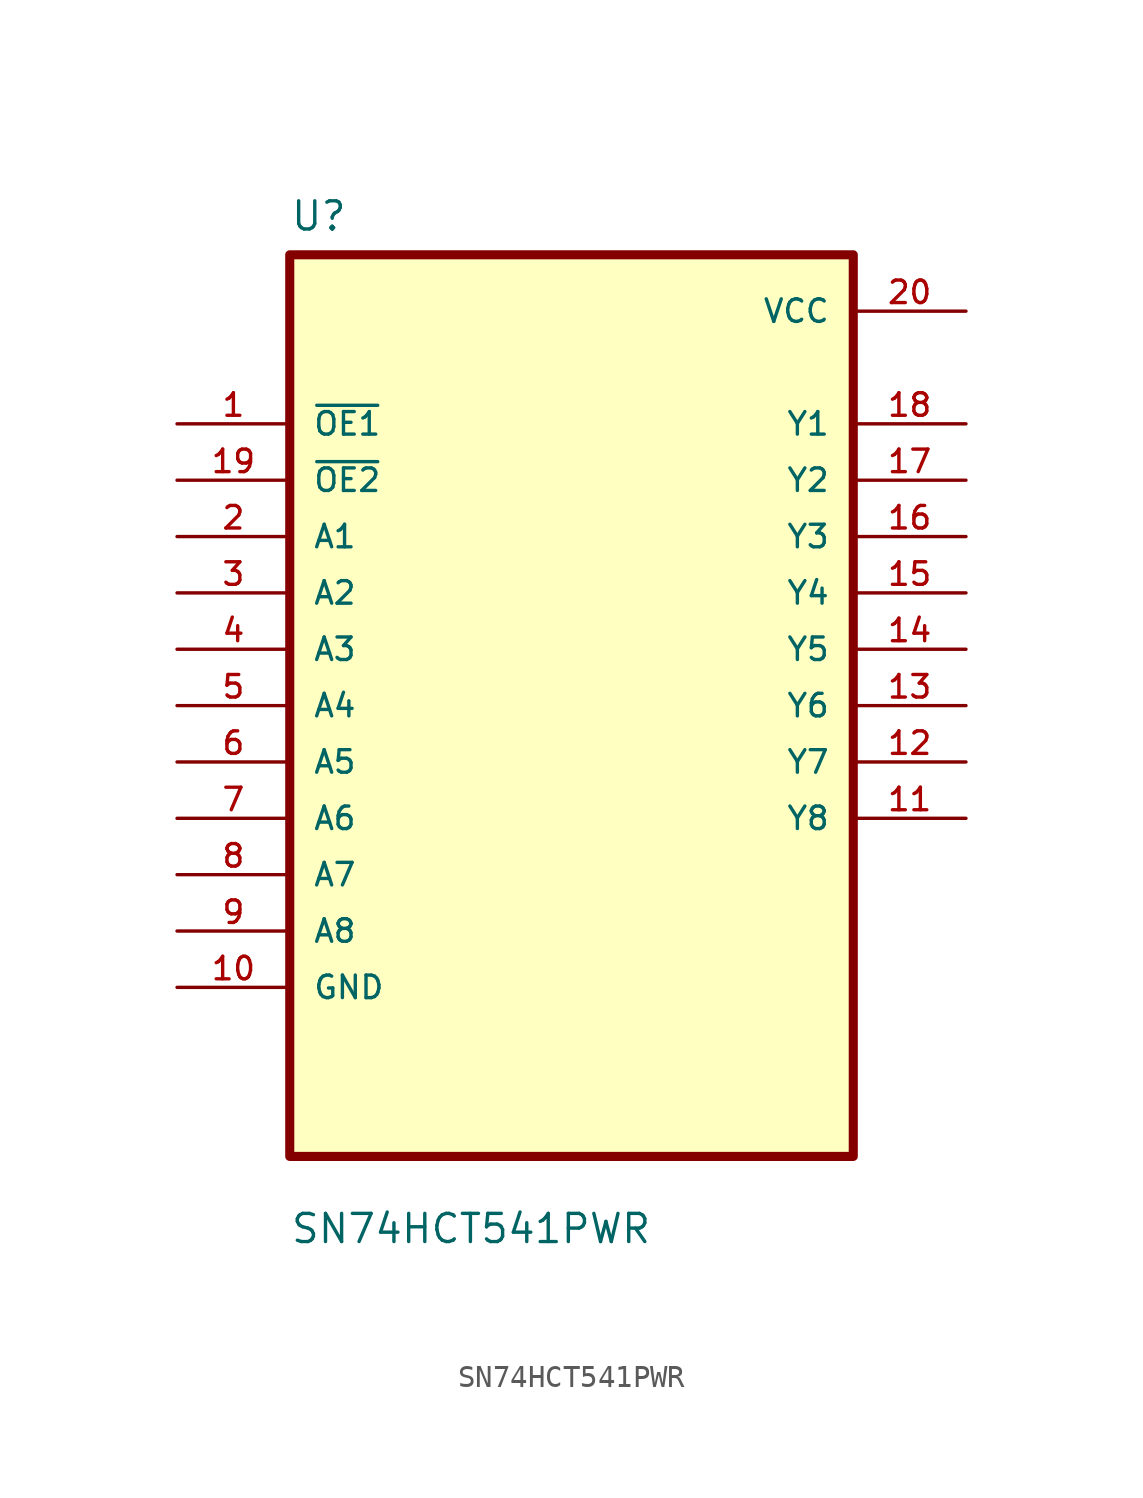
<source format=kicad_sym>
(kicad_symbol_lib
  (version 20211014)
  (generator kicad_symbol_editor)
  (symbol "SN74HCT541PWR"
    (pin_names
      (offset 1.016))
    (property "Reference" "U"
      (at -12.7 21.32 0.0)
      (effects (font (size 1.27 1.27)) (justify bottom left)))
    (property "Value" "SN74HCT541PWR"
      (at -12.7 -24.32 0.0)
      (effects (font (size 1.27 1.27)) (justify bottom left)))
    (symbol "SN74HCT541PWR_0_0"
      (rectangle (start -12.7 -20.32) (end 12.7 20.32) (stroke (width 0.41)) (fill (type background)))
      (pin input line (at -17.78 12.7 0) (length 5.08) (name "~{OE1}" (effects (font (size 1.016 1.016)))) (number "1" (effects (font (size 1.016 1.016)))))
      (pin input line (at -17.78 10.16 0) (length 5.08) (name "~{OE2}" (effects (font (size 1.016 1.016)))) (number "19" (effects (font (size 1.016 1.016)))))
      (pin input line (at -17.78 7.62 0) (length 5.08) (name "A1" (effects (font (size 1.016 1.016)))) (number "2" (effects (font (size 1.016 1.016)))))
      (pin input line (at -17.78 5.08 0) (length 5.08) (name "A2" (effects (font (size 1.016 1.016)))) (number "3" (effects (font (size 1.016 1.016)))))
      (pin input line (at -17.78 2.54 0) (length 5.08) (name "A3" (effects (font (size 1.016 1.016)))) (number "4" (effects (font (size 1.016 1.016)))))
      (pin input line (at -17.78 0.0 0) (length 5.08) (name "A4" (effects (font (size 1.016 1.016)))) (number "5" (effects (font (size 1.016 1.016)))))
      (pin input line (at -17.78 -2.54 0) (length 5.08) (name "A5" (effects (font (size 1.016 1.016)))) (number "6" (effects (font (size 1.016 1.016)))))
      (pin input line (at -17.78 -5.08 0) (length 5.08) (name "A6" (effects (font (size 1.016 1.016)))) (number "7" (effects (font (size 1.016 1.016)))))
      (pin input line (at -17.78 -7.62 0) (length 5.08) (name "A7" (effects (font (size 1.016 1.016)))) (number "8" (effects (font (size 1.016 1.016)))))
      (pin input line (at -17.78 -10.16 0) (length 5.08) (name "A8" (effects (font (size 1.016 1.016)))) (number "9" (effects (font (size 1.016 1.016)))))
      (pin input line (at -17.78 -12.7 0) (length 5.08) (name "GND" (effects (font (size 1.016 1.016)))) (number "10" (effects (font (size 1.016 1.016)))))
      (pin power_in line (at 17.78 17.78 180.0) (length 5.08) (name "VCC" (effects (font (size 1.016 1.016)))) (number "20" (effects (font (size 1.016 1.016)))))
      (pin output line (at 17.78 12.7 180.0) (length 5.08) (name "Y1" (effects (font (size 1.016 1.016)))) (number "18" (effects (font (size 1.016 1.016)))))
      (pin output line (at 17.78 10.16 180.0) (length 5.08) (name "Y2" (effects (font (size 1.016 1.016)))) (number "17" (effects (font (size 1.016 1.016)))))
      (pin output line (at 17.78 7.62 180.0) (length 5.08) (name "Y3" (effects (font (size 1.016 1.016)))) (number "16" (effects (font (size 1.016 1.016)))))
      (pin output line (at 17.78 5.08 180.0) (length 5.08) (name "Y4" (effects (font (size 1.016 1.016)))) (number "15" (effects (font (size 1.016 1.016)))))
      (pin output line (at 17.78 2.54 180.0) (length 5.08) (name "Y5" (effects (font (size 1.016 1.016)))) (number "14" (effects (font (size 1.016 1.016)))))
      (pin output line (at 17.78 0.0 180.0) (length 5.08) (name "Y6" (effects (font (size 1.016 1.016)))) (number "13" (effects (font (size 1.016 1.016)))))
      (pin output line (at 17.78 -2.54 180.0) (length 5.08) (name "Y7" (effects (font (size 1.016 1.016)))) (number "12" (effects (font (size 1.016 1.016)))))
      (pin output line (at 17.78 -5.08 180.0) (length 5.08) (name "Y8" (effects (font (size 1.016 1.016)))) (number "11" (effects (font (size 1.016 1.016))))))))
</source>
